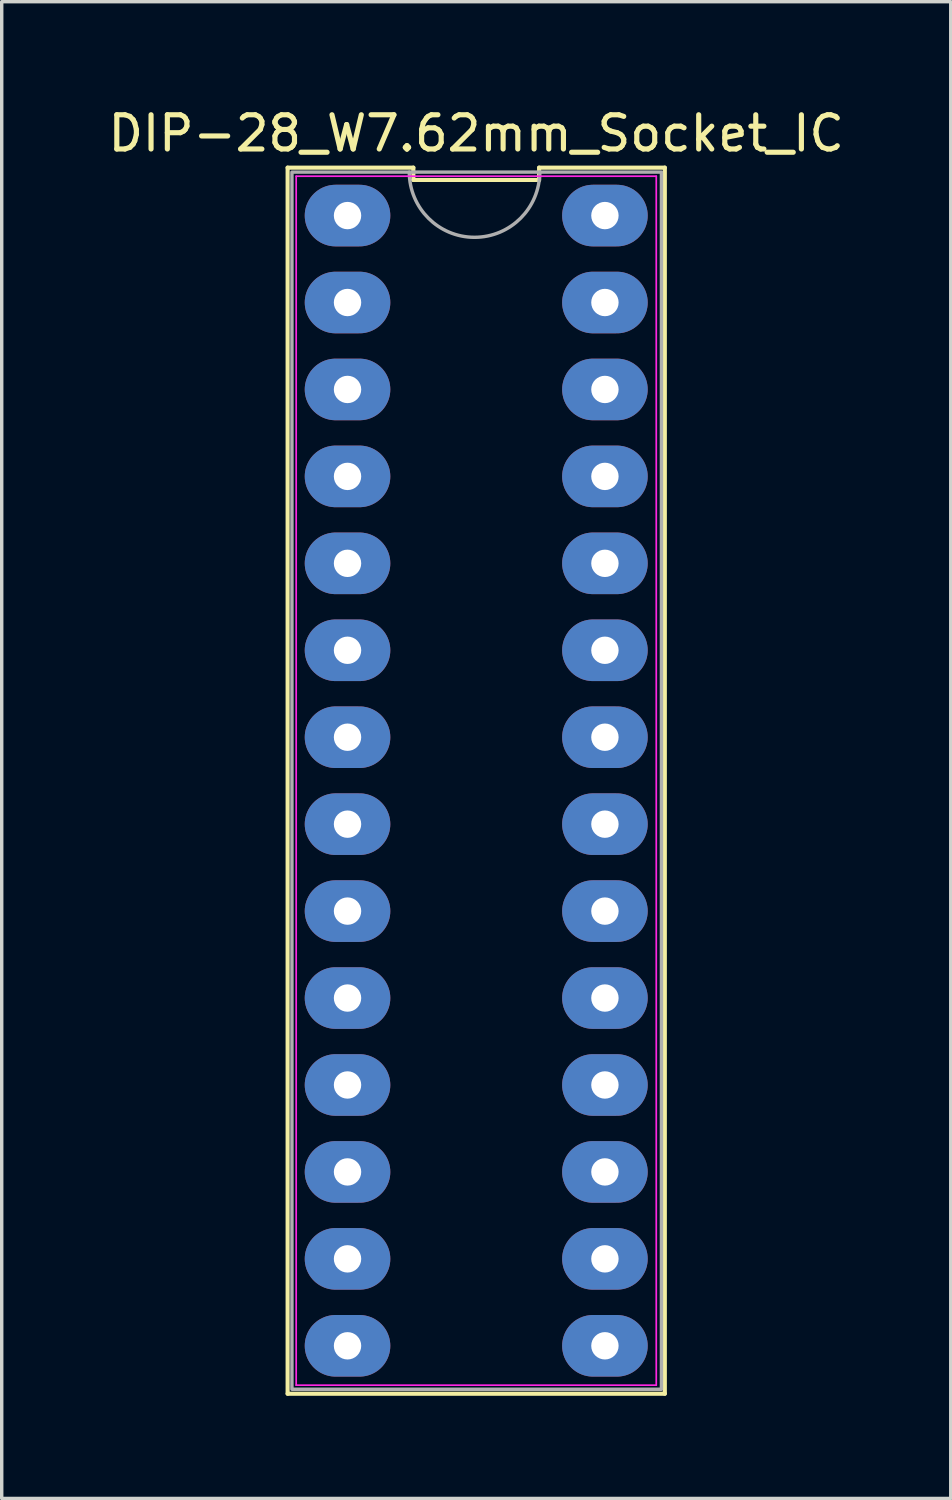
<source format=kicad_pcb>
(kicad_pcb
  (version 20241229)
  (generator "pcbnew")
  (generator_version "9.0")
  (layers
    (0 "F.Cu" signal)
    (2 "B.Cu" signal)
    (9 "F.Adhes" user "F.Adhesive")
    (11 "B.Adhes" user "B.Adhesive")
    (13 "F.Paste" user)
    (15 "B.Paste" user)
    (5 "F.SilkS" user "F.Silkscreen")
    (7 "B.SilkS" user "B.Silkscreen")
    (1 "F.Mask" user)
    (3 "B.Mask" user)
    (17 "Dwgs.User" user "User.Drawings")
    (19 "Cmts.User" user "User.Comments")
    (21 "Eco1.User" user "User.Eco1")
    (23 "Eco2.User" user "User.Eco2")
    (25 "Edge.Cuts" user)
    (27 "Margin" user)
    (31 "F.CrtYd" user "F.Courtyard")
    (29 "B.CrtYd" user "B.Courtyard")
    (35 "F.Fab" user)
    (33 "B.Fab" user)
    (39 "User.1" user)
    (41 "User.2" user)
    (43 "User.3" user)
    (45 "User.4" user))
  (footprint "DIP-28_W7.62mm_Socket_IC"
    (layer "F.Cu")
    (at 10.813 3.248)
    (property "Reference" "DIP-28_W7.62mm_Socket_IC" (at 0.05 -2.4 0) (layer "F.SilkS") (effects (font (size 1 1) (thickness 0.15))))
    (fp_line (start -5.46 34.42) (end 5.56 34.42) (stroke (width 0.12) (type solid)) (layer "F.SilkS"))
    (fp_line (start -5.46 -1.4) (end -5.46 34.42) (stroke (width 0.12) (type solid)) (layer "F.SilkS"))
    (fp_line (start -1.787 -1.4) (end -5.46 -1.4) (stroke (width 0.12) (type solid)) (layer "F.SilkS"))
    (fp_line (start -1.787 -1.04) (end -1.787 -1.4) (stroke (width 0.12) (type solid)) (layer "F.SilkS"))
    (fp_line (start 1.887 -1.4) (end 1.887 -1.04) (stroke (width 0.12) (type solid)) (layer "F.SilkS"))
    (fp_line (start 1.887 -1.04) (end -1.787 -1.04) (stroke (width 0.12) (type solid)) (layer "F.SilkS"))
    (fp_line (start 5.56 34.42) (end 5.56 -1.4) (stroke (width 0.12) (type solid)) (layer "F.SilkS"))
    (fp_line (start 5.56 -1.4) (end 1.887 -1.4) (stroke (width 0.12) (type solid)) (layer "F.SilkS"))
    (fp_line (start -5.21 -1.15) (end 5.31 -1.15) (stroke (width 0.05) (type solid)) (layer "F.CrtYd"))
    (fp_line (start -5.21 34.17) (end -5.21 -1.15) (stroke (width 0.05) (type solid)) (layer "F.CrtYd"))
    (fp_line (start 5.31 -1.15) (end 5.31 34.17) (stroke (width 0.05) (type solid)) (layer "F.CrtYd"))
    (fp_line (start 5.31 34.17) (end -5.21 34.17) (stroke (width 0.05) (type solid)) (layer "F.CrtYd"))
    (fp_rect (start -5.334 -1.27) (end 5.461 34.29) (stroke (width 0.1) (type solid)) (fill no) (layer "F.Fab"))
    (fp_arc (start 1.905 -1.27) (mid 0 0.635) (end -1.905 -1.27) (stroke (width 0.1) (type solid)) (layer "F.Fab"))
    (pad "1" thru_hole oval (at -3.71 0 270) (size 1.8 2.5) (drill 0.8) (layers "*.Cu" "*.Mask"))
    (pad "2" thru_hole oval (at -3.71 2.54 270) (size 1.8 2.5) (drill 0.8) (layers "*.Cu" "*.Mask"))
    (pad "3" thru_hole oval (at -3.71 5.08 270) (size 1.8 2.5) (drill 0.8) (layers "*.Cu" "*.Mask"))
    (pad "4" thru_hole oval (at -3.71 7.62 270) (size 1.8 2.5) (drill 0.8) (layers "*.Cu" "*.Mask"))
    (pad "5" thru_hole oval (at -3.71 10.16 270) (size 1.8 2.5) (drill 0.8) (layers "*.Cu" "*.Mask"))
    (pad "6" thru_hole oval (at -3.71 12.7 270) (size 1.8 2.5) (drill 0.8) (layers "*.Cu" "*.Mask"))
    (pad "7" thru_hole oval (at -3.71 15.24 270) (size 1.8 2.5) (drill 0.8) (layers "*.Cu" "*.Mask"))
    (pad "8" thru_hole oval (at -3.71 17.78 270) (size 1.8 2.5) (drill 0.8) (layers "*.Cu" "*.Mask"))
    (pad "9" thru_hole oval (at -3.71 20.32 270) (size 1.8 2.5) (drill 0.8) (layers "*.Cu" "*.Mask"))
    (pad "10" thru_hole oval (at -3.71 22.86 270) (size 1.8 2.5) (drill 0.8) (layers "*.Cu" "*.Mask"))
    (pad "11" thru_hole oval (at -3.71 25.4 270) (size 1.8 2.5) (drill 0.8) (layers "*.Cu" "*.Mask"))
    (pad "12" thru_hole oval (at -3.71 27.94 270) (size 1.8 2.5) (drill 0.8) (layers "*.Cu" "*.Mask"))
    (pad "13" thru_hole oval (at -3.71 30.48 270) (size 1.8 2.5) (drill 0.8) (layers "*.Cu" "*.Mask"))
    (pad "14" thru_hole oval (at -3.71 33.02 270) (size 1.8 2.5) (drill 0.8) (layers "*.Cu" "*.Mask"))
    (pad "15" thru_hole oval (at 3.81 33.02 270) (size 1.8 2.5) (drill 0.8) (layers "*.Cu" "*.Mask"))
    (pad "16" thru_hole oval (at 3.81 30.48 270) (size 1.8 2.5) (drill 0.8) (layers "*.Cu" "*.Mask"))
    (pad "17" thru_hole oval (at 3.81 27.94 270) (size 1.8 2.5) (drill 0.8) (layers "*.Cu" "*.Mask"))
    (pad "18" thru_hole oval (at 3.81 25.4 270) (size 1.8 2.5) (drill 0.8) (layers "*.Cu" "*.Mask"))
    (pad "19" thru_hole oval (at 3.81 22.86 270) (size 1.8 2.5) (drill 0.8) (layers "*.Cu" "*.Mask"))
    (pad "20" thru_hole oval (at 3.81 20.32 270) (size 1.8 2.5) (drill 0.8) (layers "*.Cu" "*.Mask"))
    (pad "21" thru_hole oval (at 3.81 17.78 270) (size 1.8 2.5) (drill 0.8) (layers "*.Cu" "*.Mask"))
    (pad "22" thru_hole oval (at 3.81 15.24 270) (size 1.8 2.5) (drill 0.8) (layers "*.Cu" "*.Mask"))
    (pad "23" thru_hole oval (at 3.81 12.7 270) (size 1.8 2.5) (drill 0.8) (layers "*.Cu" "*.Mask"))
    (pad "24" thru_hole oval (at 3.81 10.16 270) (size 1.8 2.5) (drill 0.8) (layers "*.Cu" "*.Mask"))
    (pad "25" thru_hole oval (at 3.81 7.62 270) (size 1.8 2.5) (drill 0.8) (layers "*.Cu" "*.Mask"))
    (pad "26" thru_hole oval (at 3.81 5.08 270) (size 1.8 2.5) (drill 0.8) (layers "*.Cu" "*.Mask"))
    (pad "27" thru_hole oval (at 3.81 2.54 270) (size 1.8 2.5) (drill 0.8) (layers "*.Cu" "*.Mask"))
    (pad "28" thru_hole oval (at 3.81 0 270) (size 1.8 2.5) (drill 0.8) (layers "*.Cu" "*.Mask")))
  (gr_rect
    (start -3 -3)
    (end 24.726 40.728)
    (stroke (width 0.1) (type default))
    (fill no)
    (layer "Edge.Cuts")))
</source>
